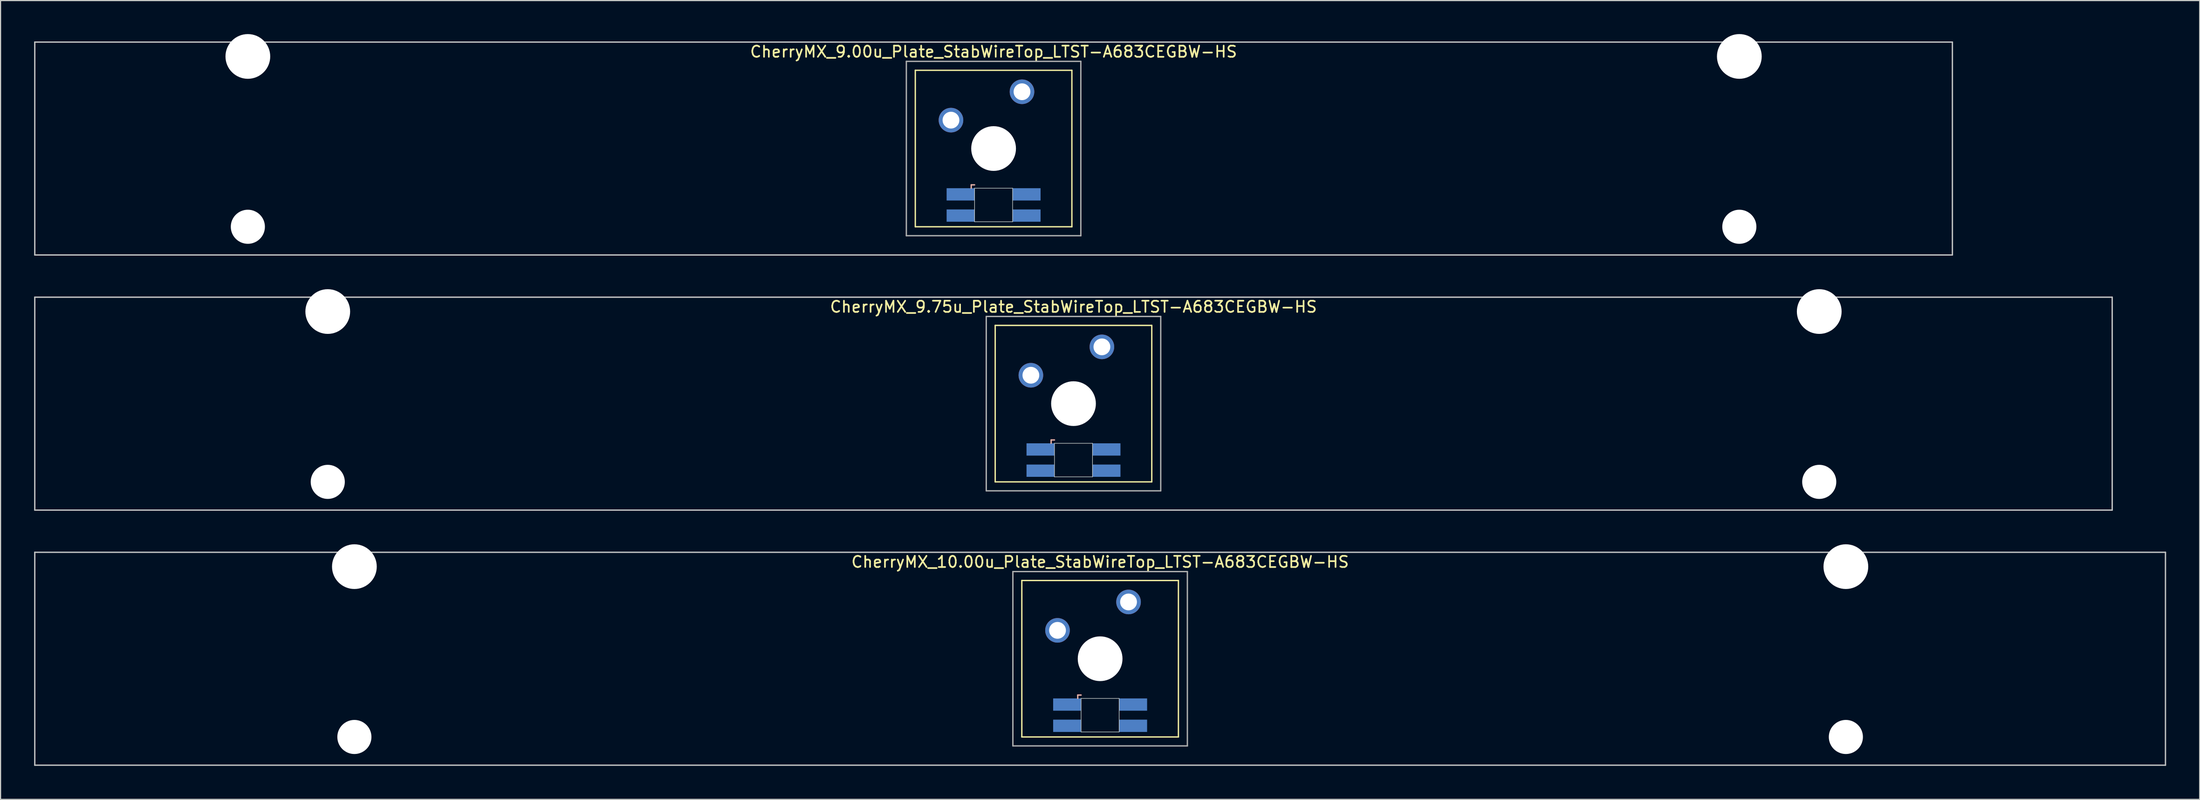
<source format=kicad_pcb>
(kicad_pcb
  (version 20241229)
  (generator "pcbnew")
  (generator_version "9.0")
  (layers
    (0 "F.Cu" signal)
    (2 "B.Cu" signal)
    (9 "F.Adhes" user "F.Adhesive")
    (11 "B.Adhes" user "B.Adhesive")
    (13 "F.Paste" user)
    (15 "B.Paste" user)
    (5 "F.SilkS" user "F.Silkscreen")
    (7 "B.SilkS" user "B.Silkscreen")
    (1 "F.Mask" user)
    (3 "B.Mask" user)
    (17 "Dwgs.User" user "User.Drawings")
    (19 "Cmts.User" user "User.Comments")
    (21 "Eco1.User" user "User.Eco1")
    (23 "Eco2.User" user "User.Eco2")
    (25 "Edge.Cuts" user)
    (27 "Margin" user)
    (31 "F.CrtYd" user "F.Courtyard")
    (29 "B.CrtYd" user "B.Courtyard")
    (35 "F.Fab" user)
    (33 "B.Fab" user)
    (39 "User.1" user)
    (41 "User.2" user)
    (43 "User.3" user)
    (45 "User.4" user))
  (footprint "CherryMX_10.00u_Plate_StabWireTop_LTST-A683CEGBW-HS"
    (layer "F.Cu")
    (at 95.31 55.89)
    (property "Reference" "CherryMX_10.00u_Plate_StabWireTop_LTST-A683CEGBW-HS" (at 0 -8.662 0) (layer "F.SilkS") (effects (font (size 1 1) (thickness 0.15))))
    (attr through_hole)
    (fp_line (start -7 -7) (end -7 7) (stroke (width 0.12) (type solid)) (layer "F.SilkS"))
    (fp_line (start -7 -7) (end 7 -7) (stroke (width 0.12) (type solid)) (layer "F.SilkS"))
    (fp_line (start 7 -7) (end 7 7) (stroke (width 0.12) (type solid)) (layer "F.SilkS"))
    (fp_line (start 7 7) (end -7 7) (stroke (width 0.12) (type solid)) (layer "F.SilkS"))
    (fp_line (start -2 3.25) (end -2 3.55) (stroke (width 0.12) (type solid)) (layer "B.SilkS"))
    (fp_line (start -1.7 3.25) (end -2 3.25) (stroke (width 0.12) (type solid)) (layer "B.SilkS"))
    (fp_line (start -95.25 -9.525) (end 95.25 -9.525) (stroke (width 0.12) (type solid)) (layer "Dwgs.User"))
    (fp_line (start -95.25 9.525) (end -95.25 -9.525) (stroke (width 0.12) (type solid)) (layer "Dwgs.User"))
    (fp_line (start 95.25 -9.525) (end 95.25 9.525) (stroke (width 0.12) (type solid)) (layer "Dwgs.User"))
    (fp_line (start 95.25 9.525) (end -95.25 9.525) (stroke (width 0.12) (type solid)) (layer "Dwgs.User"))
    (fp_line (start -1.7 3.55) (end 1.7 3.55) (stroke (width 0.05) (type solid)) (layer "Edge.Cuts"))
    (fp_line (start -1.7 6.55) (end -1.7 3.55) (stroke (width 0.05) (type solid)) (layer "Edge.Cuts"))
    (fp_line (start 1.7 3.55) (end 1.7 6.55) (stroke (width 0.05) (type solid)) (layer "Edge.Cuts"))
    (fp_line (start 1.7 6.55) (end -1.7 6.55) (stroke (width 0.05) (type solid)) (layer "Edge.Cuts"))
    (fp_line (start -7.8 -7.8) (end -7.8 7.8) (stroke (width 0.12) (type solid)) (layer "F.Fab"))
    (fp_line (start -7.8 -7.8) (end 7.8 -7.8) (stroke (width 0.12) (type solid)) (layer "F.Fab"))
    (fp_line (start -7.8 7.8) (end 7.8 7.8) (stroke (width 0.12) (type solid)) (layer "F.Fab"))
    (fp_line (start 7.8 -7.8) (end 7.8 7.8) (stroke (width 0.12) (type solid)) (layer "F.Fab"))
    (pad "" np_thru_hole circle (at -66.675 -8.24) (size 4 4) (drill 4) (layers "*.Cu" "*.Mask"))
    (pad "" np_thru_hole circle (at -66.675 7) (size 3.05 3.05) (drill 3.05) (layers "*.Cu" "*.Mask"))
    (pad "" np_thru_hole circle (at 0 0) (size 4 4) (drill 4) (layers "*.Cu" "*.Mask"))
    (pad "" np_thru_hole circle (at 66.675 -8.24) (size 4 4) (drill 4) (layers "*.Cu" "*.Mask"))
    (pad "" np_thru_hole circle (at 66.675 7) (size 3.05 3.05) (drill 3.05) (layers "*.Cu" "*.Mask"))
    (pad "1" thru_hole circle (at -3.81 -2.54) (size 2.2 2.2) (drill 1.5) (layers "*.Cu" "*.Mask"))
    (pad "2" thru_hole circle (at 2.54 -5.08) (size 2.2 2.2) (drill 1.5) (layers "*.Cu" "*.Mask"))
    (pad "3" smd rect (at -2.95 4.1) (size 2.5 1.1) (layers "B.Cu" "B.Mask" "B.Paste"))
    (pad "4" smd rect (at -2.95 6) (size 2.5 1.1) (layers "B.Cu" "B.Mask" "B.Paste"))
    (pad "5" smd rect (at 2.95 4.1) (size 2.5 1.1) (layers "B.Cu" "B.Mask" "B.Paste"))
    (pad "6" smd rect (at 2.95 6) (size 2.5 1.1) (layers "B.Cu" "B.Mask" "B.Paste")))
  (footprint "CherryMX_9.75u_Plate_StabWireTop_LTST-A683CEGBW-HS"
    (layer "F.Cu")
    (at 92.929 33.065)
    (property "Reference" "CherryMX_9.75u_Plate_StabWireTop_LTST-A683CEGBW-HS" (at 0 -8.662 0) (layer "F.SilkS") (effects (font (size 1 1) (thickness 0.15))))
    (attr through_hole)
    (fp_line (start -7 -7) (end -7 7) (stroke (width 0.12) (type solid)) (layer "F.SilkS"))
    (fp_line (start -7 -7) (end 7 -7) (stroke (width 0.12) (type solid)) (layer "F.SilkS"))
    (fp_line (start 7 -7) (end 7 7) (stroke (width 0.12) (type solid)) (layer "F.SilkS"))
    (fp_line (start 7 7) (end -7 7) (stroke (width 0.12) (type solid)) (layer "F.SilkS"))
    (fp_line (start -2 3.25) (end -2 3.55) (stroke (width 0.12) (type solid)) (layer "B.SilkS"))
    (fp_line (start -1.7 3.25) (end -2 3.25) (stroke (width 0.12) (type solid)) (layer "B.SilkS"))
    (fp_line (start -92.869 -9.525) (end 92.869 -9.525) (stroke (width 0.12) (type solid)) (layer "Dwgs.User"))
    (fp_line (start -92.869 9.525) (end -92.869 -9.525) (stroke (width 0.12) (type solid)) (layer "Dwgs.User"))
    (fp_line (start 92.869 -9.525) (end 92.869 9.525) (stroke (width 0.12) (type solid)) (layer "Dwgs.User"))
    (fp_line (start 92.869 9.525) (end -92.869 9.525) (stroke (width 0.12) (type solid)) (layer "Dwgs.User"))
    (fp_line (start -1.7 3.55) (end 1.7 3.55) (stroke (width 0.05) (type solid)) (layer "Edge.Cuts"))
    (fp_line (start -1.7 6.55) (end -1.7 3.55) (stroke (width 0.05) (type solid)) (layer "Edge.Cuts"))
    (fp_line (start 1.7 3.55) (end 1.7 6.55) (stroke (width 0.05) (type solid)) (layer "Edge.Cuts"))
    (fp_line (start 1.7 6.55) (end -1.7 6.55) (stroke (width 0.05) (type solid)) (layer "Edge.Cuts"))
    (fp_line (start -7.8 -7.8) (end -7.8 7.8) (stroke (width 0.12) (type solid)) (layer "F.Fab"))
    (fp_line (start -7.8 -7.8) (end 7.8 -7.8) (stroke (width 0.12) (type solid)) (layer "F.Fab"))
    (fp_line (start -7.8 7.8) (end 7.8 7.8) (stroke (width 0.12) (type solid)) (layer "F.Fab"))
    (fp_line (start 7.8 -7.8) (end 7.8 7.8) (stroke (width 0.12) (type solid)) (layer "F.Fab"))
    (pad "" np_thru_hole circle (at -66.675 -8.24) (size 4 4) (drill 4) (layers "*.Cu" "*.Mask"))
    (pad "" np_thru_hole circle (at -66.675 7) (size 3.05 3.05) (drill 3.05) (layers "*.Cu" "*.Mask"))
    (pad "" np_thru_hole circle (at 0 0) (size 4 4) (drill 4) (layers "*.Cu" "*.Mask"))
    (pad "" np_thru_hole circle (at 66.675 -8.24) (size 4 4) (drill 4) (layers "*.Cu" "*.Mask"))
    (pad "" np_thru_hole circle (at 66.675 7) (size 3.05 3.05) (drill 3.05) (layers "*.Cu" "*.Mask"))
    (pad "1" thru_hole circle (at -3.81 -2.54) (size 2.2 2.2) (drill 1.5) (layers "*.Cu" "*.Mask"))
    (pad "2" thru_hole circle (at 2.54 -5.08) (size 2.2 2.2) (drill 1.5) (layers "*.Cu" "*.Mask"))
    (pad "3" smd rect (at -2.95 4.1) (size 2.5 1.1) (layers "B.Cu" "B.Mask" "B.Paste"))
    (pad "4" smd rect (at -2.95 6) (size 2.5 1.1) (layers "B.Cu" "B.Mask" "B.Paste"))
    (pad "5" smd rect (at 2.95 4.1) (size 2.5 1.1) (layers "B.Cu" "B.Mask" "B.Paste"))
    (pad "6" smd rect (at 2.95 6) (size 2.5 1.1) (layers "B.Cu" "B.Mask" "B.Paste")))
  (footprint "CherryMX_9.00u_Plate_StabWireTop_LTST-A683CEGBW-HS"
    (layer "F.Cu")
    (at 85.785 10.24)
    (property "Reference" "CherryMX_9.00u_Plate_StabWireTop_LTST-A683CEGBW-HS" (at 0 -8.662 0) (layer "F.SilkS") (effects (font (size 1 1) (thickness 0.15))))
    (attr through_hole)
    (fp_line (start -7 -7) (end -7 7) (stroke (width 0.12) (type solid)) (layer "F.SilkS"))
    (fp_line (start -7 -7) (end 7 -7) (stroke (width 0.12) (type solid)) (layer "F.SilkS"))
    (fp_line (start 7 -7) (end 7 7) (stroke (width 0.12) (type solid)) (layer "F.SilkS"))
    (fp_line (start 7 7) (end -7 7) (stroke (width 0.12) (type solid)) (layer "F.SilkS"))
    (fp_line (start -2 3.25) (end -2 3.55) (stroke (width 0.12) (type solid)) (layer "B.SilkS"))
    (fp_line (start -1.7 3.25) (end -2 3.25) (stroke (width 0.12) (type solid)) (layer "B.SilkS"))
    (fp_line (start -85.725 -9.525) (end 85.725 -9.525) (stroke (width 0.12) (type solid)) (layer "Dwgs.User"))
    (fp_line (start -85.725 9.525) (end -85.725 -9.525) (stroke (width 0.12) (type solid)) (layer "Dwgs.User"))
    (fp_line (start 85.725 -9.525) (end 85.725 9.525) (stroke (width 0.12) (type solid)) (layer "Dwgs.User"))
    (fp_line (start 85.725 9.525) (end -85.725 9.525) (stroke (width 0.12) (type solid)) (layer "Dwgs.User"))
    (fp_line (start -1.7 3.55) (end 1.7 3.55) (stroke (width 0.05) (type solid)) (layer "Edge.Cuts"))
    (fp_line (start -1.7 6.55) (end -1.7 3.55) (stroke (width 0.05) (type solid)) (layer "Edge.Cuts"))
    (fp_line (start 1.7 3.55) (end 1.7 6.55) (stroke (width 0.05) (type solid)) (layer "Edge.Cuts"))
    (fp_line (start 1.7 6.55) (end -1.7 6.55) (stroke (width 0.05) (type solid)) (layer "Edge.Cuts"))
    (fp_line (start -7.8 -7.8) (end -7.8 7.8) (stroke (width 0.12) (type solid)) (layer "F.Fab"))
    (fp_line (start -7.8 -7.8) (end 7.8 -7.8) (stroke (width 0.12) (type solid)) (layer "F.Fab"))
    (fp_line (start -7.8 7.8) (end 7.8 7.8) (stroke (width 0.12) (type solid)) (layer "F.Fab"))
    (fp_line (start 7.8 -7.8) (end 7.8 7.8) (stroke (width 0.12) (type solid)) (layer "F.Fab"))
    (pad "" np_thru_hole circle (at -66.675 -8.24) (size 4 4) (drill 4) (layers "*.Cu" "*.Mask"))
    (pad "" np_thru_hole circle (at -66.675 7) (size 3.05 3.05) (drill 3.05) (layers "*.Cu" "*.Mask"))
    (pad "" np_thru_hole circle (at 0 0) (size 4 4) (drill 4) (layers "*.Cu" "*.Mask"))
    (pad "" np_thru_hole circle (at 66.675 -8.24) (size 4 4) (drill 4) (layers "*.Cu" "*.Mask"))
    (pad "" np_thru_hole circle (at 66.675 7) (size 3.05 3.05) (drill 3.05) (layers "*.Cu" "*.Mask"))
    (pad "1" thru_hole circle (at -3.81 -2.54) (size 2.2 2.2) (drill 1.5) (layers "*.Cu" "*.Mask"))
    (pad "2" thru_hole circle (at 2.54 -5.08) (size 2.2 2.2) (drill 1.5) (layers "*.Cu" "*.Mask"))
    (pad "3" smd rect (at -2.95 4.1) (size 2.5 1.1) (layers "B.Cu" "B.Mask" "B.Paste"))
    (pad "4" smd rect (at -2.95 6) (size 2.5 1.1) (layers "B.Cu" "B.Mask" "B.Paste"))
    (pad "5" smd rect (at 2.95 4.1) (size 2.5 1.1) (layers "B.Cu" "B.Mask" "B.Paste"))
    (pad "6" smd rect (at 2.95 6) (size 2.5 1.1) (layers "B.Cu" "B.Mask" "B.Paste")))
  (gr_rect
    (start -3 -3)
    (end 193.62 68.475)
    (stroke (width 0.1) (type default))
    (fill no)
    (layer "Edge.Cuts")))
</source>
